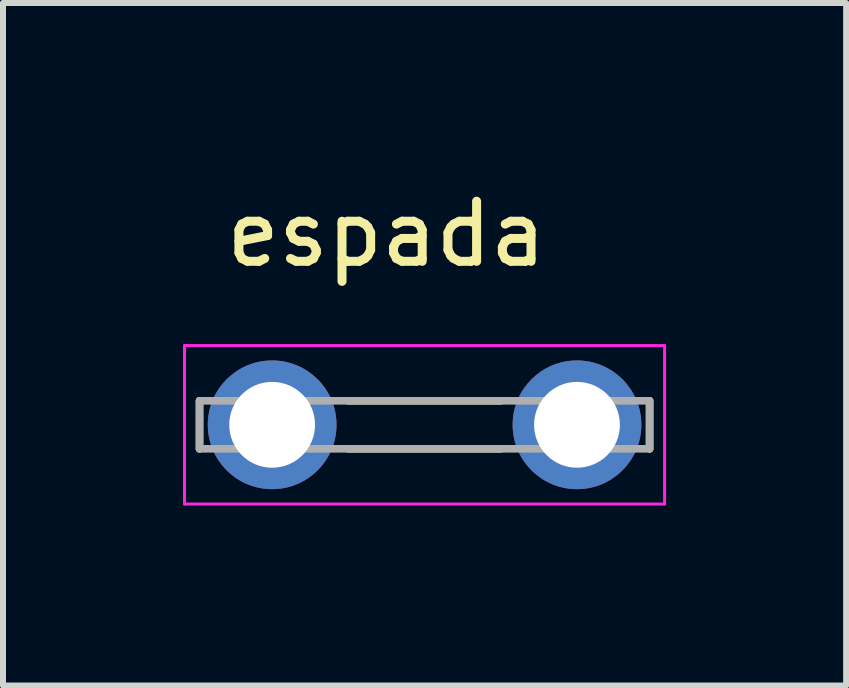
<source format=kicad_pcb>
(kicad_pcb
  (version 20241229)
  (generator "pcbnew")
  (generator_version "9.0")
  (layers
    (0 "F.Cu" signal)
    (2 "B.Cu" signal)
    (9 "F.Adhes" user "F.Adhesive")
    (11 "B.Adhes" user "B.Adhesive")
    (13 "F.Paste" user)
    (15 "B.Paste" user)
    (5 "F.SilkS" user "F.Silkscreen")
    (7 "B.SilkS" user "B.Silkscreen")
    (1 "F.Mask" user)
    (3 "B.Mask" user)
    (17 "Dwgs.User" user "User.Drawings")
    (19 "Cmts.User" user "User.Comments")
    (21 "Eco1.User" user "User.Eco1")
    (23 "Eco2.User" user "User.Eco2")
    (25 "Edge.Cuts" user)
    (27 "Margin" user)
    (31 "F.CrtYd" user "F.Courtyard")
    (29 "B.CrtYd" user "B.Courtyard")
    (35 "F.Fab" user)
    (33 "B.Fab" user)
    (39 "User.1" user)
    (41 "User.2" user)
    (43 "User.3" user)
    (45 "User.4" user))
  (footprint "espada"
    (layer "F.Cu")
    (at 4.025 4.029)
    (property "Reference" "espada" (at -0.636 -3.18 0) (layer "F.SilkS") (effects (font (size 1.002 1.002) (thickness 0.15))))
    (attr through_hole)
    (fp_line (start -3.75 -0.4) (end -3.75 0.4) (stroke (width 0.127) (type solid)) (layer "F.SilkS"))
    (fp_line (start -1.27 -0.4) (end 1.27 -0.4) (stroke (width 0.127) (type solid)) (layer "F.SilkS"))
    (fp_line (start -1.27 0.4) (end 1.27 0.4) (stroke (width 0.127) (type solid)) (layer "F.SilkS"))
    (fp_line (start 3.75 -0.4) (end 3.75 0.4) (stroke (width 0.127) (type solid)) (layer "F.SilkS"))
    (fp_line (start -4 -1.32) (end 4 -1.32) (stroke (width 0.05) (type solid)) (layer "F.CrtYd"))
    (fp_line (start -4 1.32) (end -4 -1.32) (stroke (width 0.05) (type solid)) (layer "F.CrtYd"))
    (fp_line (start 4 -1.32) (end 4 1.32) (stroke (width 0.05) (type solid)) (layer "F.CrtYd"))
    (fp_line (start 4 1.32) (end -4 1.32) (stroke (width 0.05) (type solid)) (layer "F.CrtYd"))
    (fp_line (start -3.75 -0.4) (end 3.75 -0.4) (stroke (width 0.127) (type solid)) (layer "F.Fab"))
    (fp_line (start -3.75 0.4) (end -3.75 -0.4) (stroke (width 0.127) (type solid)) (layer "F.Fab"))
    (fp_line (start 3.75 -0.4) (end 3.75 0.4) (stroke (width 0.127) (type solid)) (layer "F.Fab"))
    (fp_line (start 3.75 0.4) (end -3.75 0.4) (stroke (width 0.127) (type solid)) (layer "F.Fab"))
    (pad "1" thru_hole circle (at -2.54 0) (size 2.145 2.145) (drill 1.43) (layers "*.Cu" "*.Mask"))
    (pad "2" thru_hole circle (at 2.54 0) (size 2.145 2.145) (drill 1.43) (layers "*.Cu" "*.Mask")))
  (gr_rect
    (start -3 -3)
    (end 11.05 8.374)
    (stroke (width 0.1) (type default))
    (fill no)
    (layer "Edge.Cuts")))
</source>
